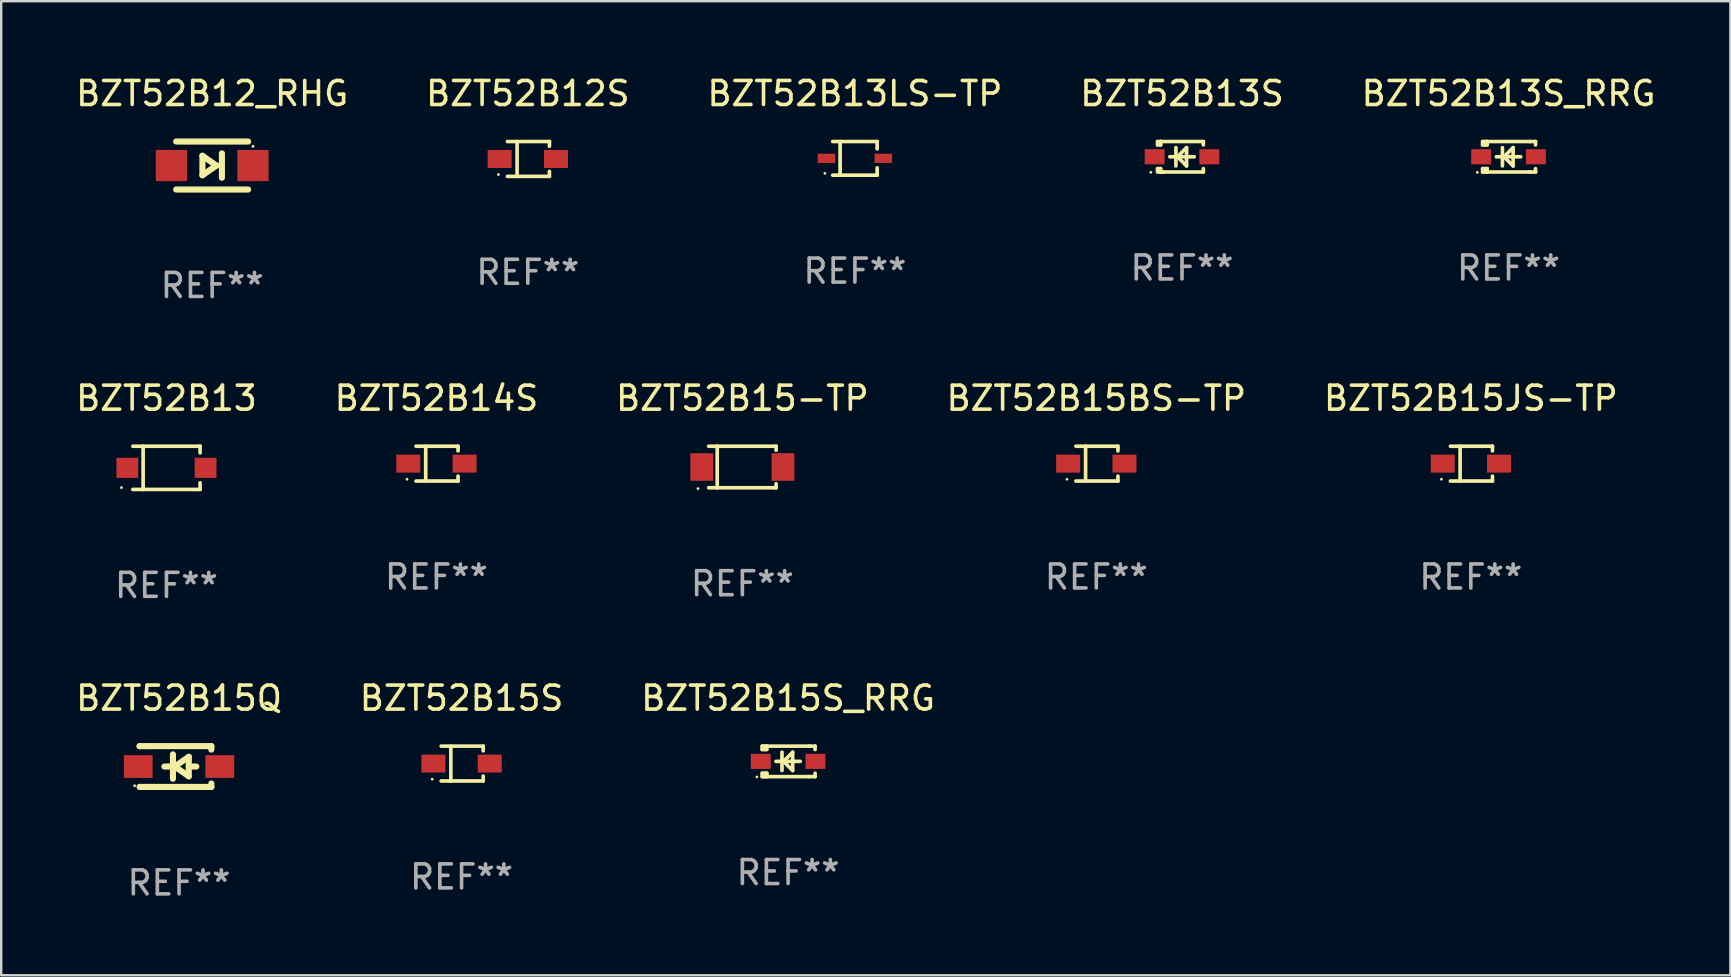
<source format=kicad_pcb>
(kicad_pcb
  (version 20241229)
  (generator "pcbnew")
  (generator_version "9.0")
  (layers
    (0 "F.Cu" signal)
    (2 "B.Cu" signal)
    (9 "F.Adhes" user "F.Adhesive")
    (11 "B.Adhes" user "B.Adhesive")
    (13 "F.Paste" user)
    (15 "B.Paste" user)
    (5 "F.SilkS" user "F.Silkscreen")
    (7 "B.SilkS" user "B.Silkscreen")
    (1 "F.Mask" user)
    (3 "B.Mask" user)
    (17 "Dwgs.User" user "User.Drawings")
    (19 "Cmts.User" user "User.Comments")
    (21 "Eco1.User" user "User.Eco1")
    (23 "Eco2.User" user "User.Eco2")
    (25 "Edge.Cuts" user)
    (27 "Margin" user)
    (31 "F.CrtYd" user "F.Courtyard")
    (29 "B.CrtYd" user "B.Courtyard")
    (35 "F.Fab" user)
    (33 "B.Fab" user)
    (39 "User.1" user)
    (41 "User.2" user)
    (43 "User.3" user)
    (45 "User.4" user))
  (footprint "BZT52B13S"
    (layer "F.Cu")
    (at 46.208 3.483)
    (property "Reference" "BZT52B13S" (at 0 -2.635 0) (layer "F.SilkS") (effects (font (size 1 1) (thickness 0.15))))
    (attr through_hole)
    (fp_line (start -1.02 -0.635) (end -1.02 -0.495) (stroke (width 0.152) (type solid)) (layer "F.SilkS"))
    (fp_line (start -1.02 -0.495) (end -0.889 -0.495) (stroke (width 0.152) (type solid)) (layer "F.SilkS"))
    (fp_line (start -1.02 0.495) (end -1.02 0.62) (stroke (width 0.152) (type solid)) (layer "F.SilkS"))
    (fp_line (start -1.02 0.495) (end -0.889 0.495) (stroke (width 0.152) (type solid)) (layer "F.SilkS"))
    (fp_line (start -0.889 -0.635) (end -1.02 -0.635) (stroke (width 0.152) (type solid)) (layer "F.SilkS"))
    (fp_line (start -0.889 -0.635) (end -0.889 -0.595) (stroke (width 0.152) (type solid)) (layer "F.SilkS"))
    (fp_line (start -0.889 -0.635) (end 0.889 -0.635) (stroke (width 0.152) (type solid)) (layer "F.SilkS"))
    (fp_line (start -0.889 -0.495) (end -0.889 -0.635) (stroke (width 0.152) (type solid)) (layer "F.SilkS"))
    (fp_line (start -0.889 0.595) (end -0.889 0.495) (stroke (width 0.152) (type solid)) (layer "F.SilkS"))
    (fp_line (start -0.889 0.595) (end -0.889 0.635) (stroke (width 0.152) (type solid)) (layer "F.SilkS"))
    (fp_line (start -0.889 0.635) (end 0.889 0.635) (stroke (width 0.152) (type solid)) (layer "F.SilkS"))
    (fp_line (start -0.776 0.635) (end -1.014 0.635) (stroke (width 0.152) (type solid)) (layer "F.SilkS"))
    (fp_line (start -0.254 -0.381) (end -0.254 0.381) (stroke (width 0.152) (type solid)) (layer "F.SilkS"))
    (fp_line (start -0.191 0) (end 0.19 -0.381) (stroke (width 0.152) (type solid)) (layer "F.SilkS"))
    (fp_line (start 0.19 -0.381) (end 0.19 0.381) (stroke (width 0.152) (type solid)) (layer "F.SilkS"))
    (fp_line (start 0.19 0.381) (end -0.191 0) (stroke (width 0.152) (type solid)) (layer "F.SilkS"))
    (fp_line (start 0.508 0) (end -0.508 0) (stroke (width 0.152) (type solid)) (layer "F.SilkS"))
    (fp_line (start 0.889 -0.635) (end 0.889 -0.495) (stroke (width 0.152) (type solid)) (layer "F.SilkS"))
    (fp_line (start 0.889 0.495) (end 0.889 0.635) (stroke (width 0.152) (type solid)) (layer "F.SilkS"))
    (fp_circle (center -1.3 0.65) (end -1.27 0.65) (stroke (width 0.06) (type solid)) (fill no) (layer "F.SilkS"))
    (fp_text user "REF**" (at 0 4.635 0) (layer "F.Fab") (effects (font (size 1 1) (thickness 0.15))))
    (pad "1" smd rect (at -1.14 0 90) (size 0.63 0.83) (layers "F.Cu" "F.Mask" "F.Paste"))
    (pad "2" smd rect (at 1.14 0 90) (size 0.63 0.83) (layers "F.Cu" "F.Mask" "F.Paste")))
  (footprint "BZT52B15JS-TP"
    (layer "F.Cu")
    (at 58.244 16.271)
    (property "Reference" "BZT52B15JS-TP" (at 0 -2.726 0) (layer "F.SilkS") (effects (font (size 1 1) (thickness 0.15))))
    (attr through_hole)
    (fp_line (start -0.851 -0.726) (end 0.901 -0.726) (stroke (width 0.152) (type solid)) (layer "F.SilkS"))
    (fp_line (start -0.851 0.726) (end 0.901 0.726) (stroke (width 0.152) (type solid)) (layer "F.SilkS"))
    (fp_line (start -0.447 -0.726) (end -0.447 0.726) (stroke (width 0.152) (type solid)) (layer "F.SilkS"))
    (fp_line (start 0.901 -0.726) (end 0.901 -0.53) (stroke (width 0.152) (type solid)) (layer "F.SilkS"))
    (fp_line (start 0.901 0.726) (end 0.901 0.52) (stroke (width 0.152) (type solid)) (layer "F.SilkS"))
    (fp_circle (center -1.225 0.65) (end -1.195 0.65) (stroke (width 0.06) (type solid)) (fill no) (layer "F.SilkS"))
    (fp_text user "REF**" (at 0 4.726 0) (layer "F.Fab") (effects (font (size 1 1) (thickness 0.15))))
    (pad "1" smd rect (at -1.173 0) (size 1 0.75) (layers "F.Cu" "F.Mask" "F.Paste"))
    (pad "2" smd rect (at 1.173 0) (size 1 0.75) (layers "F.Cu" "F.Mask" "F.Paste")))
  (footprint "BZT52B15S"
    (layer "F.Cu")
    (at 16.185 28.77)
    (property "Reference" "BZT52B15S" (at 0 -2.726 0) (layer "F.SilkS") (effects (font (size 1 1) (thickness 0.15))))
    (attr through_hole)
    (fp_line (start -0.851 -0.726) (end 0.901 -0.726) (stroke (width 0.152) (type solid)) (layer "F.SilkS"))
    (fp_line (start -0.851 0.726) (end 0.901 0.726) (stroke (width 0.152) (type solid)) (layer "F.SilkS"))
    (fp_line (start -0.447 -0.726) (end -0.447 0.726) (stroke (width 0.152) (type solid)) (layer "F.SilkS"))
    (fp_line (start 0.901 -0.726) (end 0.901 -0.53) (stroke (width 0.152) (type solid)) (layer "F.SilkS"))
    (fp_line (start 0.901 0.726) (end 0.901 0.52) (stroke (width 0.152) (type solid)) (layer "F.SilkS"))
    (fp_circle (center -1.225 0.65) (end -1.195 0.65) (stroke (width 0.06) (type solid)) (fill no) (layer "F.SilkS"))
    (fp_text user "REF**" (at 0 4.726 0) (layer "F.Fab") (effects (font (size 1 1) (thickness 0.15))))
    (pad "1" smd rect (at -1.173 0) (size 1 0.75) (layers "F.Cu" "F.Mask" "F.Paste"))
    (pad "2" smd rect (at 1.173 0) (size 1 0.75) (layers "F.Cu" "F.Mask" "F.Paste")))
  (footprint "BZT52B13S_RRG"
    (layer "F.Cu")
    (at 59.815 3.483)
    (property "Reference" "BZT52B13S_RRG" (at 0 -2.635 0) (layer "F.SilkS") (effects (font (size 1 1) (thickness 0.15))))
    (attr through_hole)
    (fp_line (start -1.08 -0.635) (end -1.08 -0.495) (stroke (width 0.152) (type solid)) (layer "F.SilkS"))
    (fp_line (start -1.08 0.495) (end -1.08 0.635) (stroke (width 0.152) (type solid)) (layer "F.SilkS"))
    (fp_line (start -1.08 0.495) (end -0.889 0.495) (stroke (width 0.152) (type solid)) (layer "F.SilkS"))
    (fp_line (start -1.08 0.635) (end -0.889 0.635) (stroke (width 0.152) (type solid)) (layer "F.SilkS"))
    (fp_line (start -1.003 0.635) (end -0.986 0.635) (stroke (width 0.152) (type solid)) (layer "F.SilkS"))
    (fp_line (start -0.986 -0.495) (end -0.986 -0.635) (stroke (width 0.152) (type solid)) (layer "F.SilkS"))
    (fp_line (start -0.986 0.635) (end -0.986 0.495) (stroke (width 0.152) (type solid)) (layer "F.SilkS"))
    (fp_line (start -0.889 -0.635) (end -1.08 -0.635) (stroke (width 0.152) (type solid)) (layer "F.SilkS"))
    (fp_line (start -0.889 -0.635) (end -0.889 -0.595) (stroke (width 0.152) (type solid)) (layer "F.SilkS"))
    (fp_line (start -0.889 -0.635) (end 0.889 -0.635) (stroke (width 0.152) (type solid)) (layer "F.SilkS"))
    (fp_line (start -0.889 -0.595) (end -0.889 -0.495) (stroke (width 0.152) (type solid)) (layer "F.SilkS"))
    (fp_line (start -0.889 -0.495) (end -1.08 -0.495) (stroke (width 0.152) (type solid)) (layer "F.SilkS"))
    (fp_line (start -0.889 0.495) (end -0.889 0.595) (stroke (width 0.152) (type solid)) (layer "F.SilkS"))
    (fp_line (start -0.889 0.495) (end -0.889 0.495) (stroke (width 0.152) (type solid)) (layer "F.SilkS"))
    (fp_line (start -0.889 0.595) (end -0.889 0.635) (stroke (width 0.152) (type solid)) (layer "F.SilkS"))
    (fp_line (start -0.889 0.635) (end 0.889 0.635) (stroke (width 0.152) (type solid)) (layer "F.SilkS"))
    (fp_line (start -0.254 -0.381) (end -0.254 0.381) (stroke (width 0.152) (type solid)) (layer "F.SilkS"))
    (fp_line (start -0.191 0) (end -0.191 0) (stroke (width 0.152) (type solid)) (layer "F.SilkS"))
    (fp_line (start -0.191 0) (end 0.191 -0.381) (stroke (width 0.152) (type solid)) (layer "F.SilkS"))
    (fp_line (start 0.191 -0.381) (end 0.191 0.381) (stroke (width 0.152) (type solid)) (layer "F.SilkS"))
    (fp_line (start 0.191 0.381) (end -0.191 0) (stroke (width 0.152) (type solid)) (layer "F.SilkS"))
    (fp_line (start 0.508 0) (end -0.508 0) (stroke (width 0.152) (type solid)) (layer "F.SilkS"))
    (fp_line (start 0.889 -0.635) (end 1.125 -0.635) (stroke (width 0.152) (type solid)) (layer "F.SilkS"))
    (fp_line (start 1.125 -0.635) (end 1.125 -0.495) (stroke (width 0.152) (type solid)) (layer "F.SilkS"))
    (fp_line (start 1.125 0.495) (end 1.125 0.635) (stroke (width 0.152) (type solid)) (layer "F.SilkS"))
    (fp_line (start 1.125 0.635) (end 0.889 0.635) (stroke (width 0.152) (type solid)) (layer "F.SilkS"))
    (fp_circle (center -1.3 0.65) (end -1.27 0.65) (stroke (width 0.06) (type solid)) (fill no) (layer "F.SilkS"))
    (fp_text user "REF**" (at 0 4.635 0) (layer "F.Fab") (effects (font (size 1 1) (thickness 0.15))))
    (pad "1" smd rect (at -1.14 0 90) (size 0.63 0.83) (layers "F.Cu" "F.Mask" "F.Paste"))
    (pad "2" smd rect (at 1.14 0 90) (size 0.63 0.83) (layers "F.Cu" "F.Mask" "F.Paste")))
  (footprint "BZT52B12S"
    (layer "F.Cu")
    (at 18.946 3.574)
    (property "Reference" "BZT52B12S" (at 0 -2.726 0) (layer "F.SilkS") (effects (font (size 1 1) (thickness 0.15))))
    (attr through_hole)
    (fp_line (start -0.851 -0.726) (end 0.901 -0.726) (stroke (width 0.152) (type solid)) (layer "F.SilkS"))
    (fp_line (start -0.851 0.726) (end 0.901 0.726) (stroke (width 0.152) (type solid)) (layer "F.SilkS"))
    (fp_line (start -0.447 -0.726) (end -0.447 0.726) (stroke (width 0.152) (type solid)) (layer "F.SilkS"))
    (fp_line (start 0.901 -0.726) (end 0.901 -0.53) (stroke (width 0.152) (type solid)) (layer "F.SilkS"))
    (fp_line (start 0.901 0.726) (end 0.901 0.52) (stroke (width 0.152) (type solid)) (layer "F.SilkS"))
    (fp_circle (center -1.225 0.65) (end -1.195 0.65) (stroke (width 0.06) (type solid)) (fill no) (layer "F.SilkS"))
    (fp_text user "REF**" (at 0 4.726 0) (layer "F.Fab") (effects (font (size 1 1) (thickness 0.15))))
    (pad "1" smd rect (at -1.173 0) (size 1 0.75) (layers "F.Cu" "F.Mask" "F.Paste"))
    (pad "2" smd rect (at 1.173 0) (size 1 0.75) (layers "F.Cu" "F.Mask" "F.Paste")))
  (footprint "BZT52B13LS-TP"
    (layer "F.Cu")
    (at 32.577 3.549)
    (property "Reference" "BZT52B13LS-TP" (at 0 -2.701 0) (layer "F.SilkS") (effects (font (size 1 1) (thickness 0.15))))
    (attr through_hole)
    (fp_line (start -0.926 -0.701) (end 0.926 -0.701) (stroke (width 0.152) (type solid)) (layer "F.SilkS"))
    (fp_line (start -0.926 0.701) (end 0.926 0.701) (stroke (width 0.152) (type solid)) (layer "F.SilkS"))
    (fp_line (start -0.617 -0.701) (end -0.617 0.701) (stroke (width 0.152) (type solid)) (layer "F.SilkS"))
    (fp_line (start 0.926 -0.701) (end 0.926 -0.396) (stroke (width 0.152) (type solid)) (layer "F.SilkS"))
    (fp_line (start 0.926 0.701) (end 0.926 0.396) (stroke (width 0.152) (type solid)) (layer "F.SilkS"))
    (fp_circle (center -1.25 0.625) (end -1.22 0.625) (stroke (width 0.06) (type solid)) (fill no) (layer "F.SilkS"))
    (fp_text user "REF**" (at 0 4.701 0) (layer "F.Fab") (effects (font (size 1 1) (thickness 0.15))))
    (pad "1" smd rect (at -1.185 0 180) (size 0.73 0.385) (layers "F.Cu" "F.Mask" "F.Paste"))
    (pad "2" smd rect (at 1.185 0 180) (size 0.73 0.385) (layers "F.Cu" "F.Mask" "F.Paste")))
  (footprint "BZT52B15S_RRG"
    (layer "F.Cu")
    (at 29.792 28.679)
    (property "Reference" "BZT52B15S_RRG" (at 0 -2.635 0) (layer "F.SilkS") (effects (font (size 1 1) (thickness 0.15))))
    (attr through_hole)
    (fp_line (start -1.08 -0.635) (end -1.08 -0.495) (stroke (width 0.152) (type solid)) (layer "F.SilkS"))
    (fp_line (start -1.08 0.495) (end -1.08 0.635) (stroke (width 0.152) (type solid)) (layer "F.SilkS"))
    (fp_line (start -1.08 0.495) (end -0.889 0.495) (stroke (width 0.152) (type solid)) (layer "F.SilkS"))
    (fp_line (start -1.08 0.635) (end -0.889 0.635) (stroke (width 0.152) (type solid)) (layer "F.SilkS"))
    (fp_line (start -1.003 0.635) (end -0.986 0.635) (stroke (width 0.152) (type solid)) (layer "F.SilkS"))
    (fp_line (start -0.986 -0.495) (end -0.986 -0.635) (stroke (width 0.152) (type solid)) (layer "F.SilkS"))
    (fp_line (start -0.986 0.635) (end -0.986 0.495) (stroke (width 0.152) (type solid)) (layer "F.SilkS"))
    (fp_line (start -0.889 -0.635) (end -1.08 -0.635) (stroke (width 0.152) (type solid)) (layer "F.SilkS"))
    (fp_line (start -0.889 -0.635) (end -0.889 -0.595) (stroke (width 0.152) (type solid)) (layer "F.SilkS"))
    (fp_line (start -0.889 -0.635) (end 0.889 -0.635) (stroke (width 0.152) (type solid)) (layer "F.SilkS"))
    (fp_line (start -0.889 -0.595) (end -0.889 -0.495) (stroke (width 0.152) (type solid)) (layer "F.SilkS"))
    (fp_line (start -0.889 -0.495) (end -1.08 -0.495) (stroke (width 0.152) (type solid)) (layer "F.SilkS"))
    (fp_line (start -0.889 0.495) (end -0.889 0.595) (stroke (width 0.152) (type solid)) (layer "F.SilkS"))
    (fp_line (start -0.889 0.495) (end -0.889 0.495) (stroke (width 0.152) (type solid)) (layer "F.SilkS"))
    (fp_line (start -0.889 0.595) (end -0.889 0.635) (stroke (width 0.152) (type solid)) (layer "F.SilkS"))
    (fp_line (start -0.889 0.635) (end 0.889 0.635) (stroke (width 0.152) (type solid)) (layer "F.SilkS"))
    (fp_line (start -0.254 -0.381) (end -0.254 0.381) (stroke (width 0.152) (type solid)) (layer "F.SilkS"))
    (fp_line (start -0.191 0) (end -0.191 0) (stroke (width 0.152) (type solid)) (layer "F.SilkS"))
    (fp_line (start -0.191 0) (end 0.191 -0.381) (stroke (width 0.152) (type solid)) (layer "F.SilkS"))
    (fp_line (start 0.191 -0.381) (end 0.191 0.381) (stroke (width 0.152) (type solid)) (layer "F.SilkS"))
    (fp_line (start 0.191 0.381) (end -0.191 0) (stroke (width 0.152) (type solid)) (layer "F.SilkS"))
    (fp_line (start 0.508 0) (end -0.508 0) (stroke (width 0.152) (type solid)) (layer "F.SilkS"))
    (fp_line (start 0.889 -0.635) (end 1.125 -0.635) (stroke (width 0.152) (type solid)) (layer "F.SilkS"))
    (fp_line (start 1.125 -0.635) (end 1.125 -0.495) (stroke (width 0.152) (type solid)) (layer "F.SilkS"))
    (fp_line (start 1.125 0.495) (end 1.125 0.635) (stroke (width 0.152) (type solid)) (layer "F.SilkS"))
    (fp_line (start 1.125 0.635) (end 0.889 0.635) (stroke (width 0.152) (type solid)) (layer "F.SilkS"))
    (fp_circle (center -1.3 0.65) (end -1.27 0.65) (stroke (width 0.06) (type solid)) (fill no) (layer "F.SilkS"))
    (fp_text user "REF**" (at 0 4.635 0) (layer "F.Fab") (effects (font (size 1 1) (thickness 0.15))))
    (pad "1" smd rect (at -1.14 0 90) (size 0.63 0.83) (layers "F.Cu" "F.Mask" "F.Paste"))
    (pad "2" smd rect (at 1.14 0 90) (size 0.63 0.83) (layers "F.Cu" "F.Mask" "F.Paste")))
  (footprint "BZT52B15-TP"
    (layer "F.Cu")
    (at 27.887 16.411)
    (property "Reference" "BZT52B15-TP" (at 0 -2.866 0) (layer "F.SilkS") (effects (font (size 1 1) (thickness 0.15))))
    (attr through_hole)
    (fp_line (start -1.406 -0.866) (end 1.406 -0.866) (stroke (width 0.152) (type solid)) (layer "F.SilkS"))
    (fp_line (start -1.406 0.866) (end 1.406 0.866) (stroke (width 0.152) (type solid)) (layer "F.SilkS"))
    (fp_line (start -1.049 -0.866) (end -1.049 0.866) (stroke (width 0.152) (type solid)) (layer "F.SilkS"))
    (fp_line (start 1.406 -0.866) (end 1.406 -0.698) (stroke (width 0.152) (type solid)) (layer "F.SilkS"))
    (fp_line (start 1.406 0.866) (end 1.406 0.698) (stroke (width 0.152) (type solid)) (layer "F.SilkS"))
    (fp_circle (center -1.851 0.9) (end -1.821 0.9) (stroke (width 0.06) (type solid)) (fill no) (layer "F.SilkS"))
    (fp_text user "REF**" (at 0 4.866 0) (layer "F.Fab") (effects (font (size 1 1) (thickness 0.15))))
    (pad "1" smd rect (at -1.692 0) (size 0.95 1.15) (layers "F.Cu" "F.Mask" "F.Paste"))
    (pad "2" smd rect (at 1.692 0) (size 0.95 1.15) (layers "F.Cu" "F.Mask" "F.Paste")))
  (footprint "BZT52B15Q"
    (layer "F.Cu")
    (at 4.411 28.894)
    (property "Reference" "BZT52B15Q" (at 0 -2.85 0) (layer "F.SilkS") (effects (font (size 1 1) (thickness 0.15))))
    (attr through_hole)
    (fp_line (start -1.643 -0.85) (end -1.644 -0.849) (stroke (width 0.254) (type solid)) (layer "F.SilkS"))
    (fp_line (start -1.638 0.85) (end -1.639 0.849) (stroke (width 0.254) (type solid)) (layer "F.SilkS"))
    (fp_line (start -1.346 -0.85) (end -1.643 -0.85) (stroke (width 0.254) (type solid)) (layer "F.SilkS"))
    (fp_line (start -1.346 -0.85) (end 1.346 -0.85) (stroke (width 0.254) (type solid)) (layer "F.SilkS"))
    (fp_line (start -1.346 0.85) (end -1.638 0.85) (stroke (width 0.254) (type solid)) (layer "F.SilkS"))
    (fp_line (start -0.28 0) (end -0.61 0) (stroke (width 0.254) (type solid)) (layer "F.SilkS"))
    (fp_line (start -0.254 -0.508) (end -0.254 0.508) (stroke (width 0.254) (type solid)) (layer "F.SilkS"))
    (fp_line (start -0.178 0) (end 0.406 -0.406) (stroke (width 0.254) (type solid)) (layer "F.SilkS"))
    (fp_line (start 0.406 -0.406) (end 0.406 0.406) (stroke (width 0.254) (type solid)) (layer "F.SilkS"))
    (fp_line (start 0.406 -0.000254) (end 0.72 -0.000254) (stroke (width 0.254) (type solid)) (layer "F.SilkS"))
    (fp_line (start 0.406 0.406) (end -0.178 0) (stroke (width 0.254) (type solid)) (layer "F.SilkS"))
    (fp_line (start 1.346 -0.85) (end 1.346 -0.706) (stroke (width 0.254) (type solid)) (layer "F.SilkS"))
    (fp_line (start 1.346 0.706) (end 1.346 0.85) (stroke (width 0.254) (type solid)) (layer "F.SilkS"))
    (fp_line (start 1.346 0.85) (end -1.346 0.85) (stroke (width 0.254) (type solid)) (layer "F.SilkS"))
    (fp_circle (center -1.85 0.8) (end -1.82 0.8) (stroke (width 0.06) (type solid)) (fill no) (layer "F.SilkS"))
    (fp_text user "REF**" (at 0 4.85 0) (layer "F.Fab") (effects (font (size 1 1) (thickness 0.15))))
    (pad "1" smd rect (at -1.7 0) (size 1.2 0.95) (layers "F.Cu" "F.Mask" "F.Paste"))
    (pad "2" smd rect (at 1.7 0) (size 1.2 0.95) (layers "F.Cu" "F.Mask" "F.Paste")))
  (footprint "BZT52B14S"
    (layer "F.Cu")
    (at 15.137 16.271)
    (property "Reference" "BZT52B14S" (at 0 -2.726 0) (layer "F.SilkS") (effects (font (size 1 1) (thickness 0.15))))
    (attr through_hole)
    (fp_line (start -0.851 -0.726) (end 0.901 -0.726) (stroke (width 0.152) (type solid)) (layer "F.SilkS"))
    (fp_line (start -0.851 0.726) (end 0.901 0.726) (stroke (width 0.152) (type solid)) (layer "F.SilkS"))
    (fp_line (start -0.447 -0.726) (end -0.447 0.726) (stroke (width 0.152) (type solid)) (layer "F.SilkS"))
    (fp_line (start 0.901 -0.726) (end 0.901 -0.53) (stroke (width 0.152) (type solid)) (layer "F.SilkS"))
    (fp_line (start 0.901 0.726) (end 0.901 0.52) (stroke (width 0.152) (type solid)) (layer "F.SilkS"))
    (fp_circle (center -1.225 0.65) (end -1.195 0.65) (stroke (width 0.06) (type solid)) (fill no) (layer "F.SilkS"))
    (fp_text user "REF**" (at 0 4.726 0) (layer "F.Fab") (effects (font (size 1 1) (thickness 0.15))))
    (pad "1" smd rect (at -1.173 0) (size 1 0.75) (layers "F.Cu" "F.Mask" "F.Paste"))
    (pad "2" smd rect (at 1.173 0) (size 1 0.75) (layers "F.Cu" "F.Mask" "F.Paste")))
  (footprint "BZT52B15BS-TP"
    (layer "F.Cu")
    (at 42.637 16.271)
    (property "Reference" "BZT52B15BS-TP" (at 0 -2.726 0) (layer "F.SilkS") (effects (font (size 1 1) (thickness 0.15))))
    (attr through_hole)
    (fp_line (start -0.851 -0.726) (end 0.901 -0.726) (stroke (width 0.152) (type solid)) (layer "F.SilkS"))
    (fp_line (start -0.851 0.726) (end 0.901 0.726) (stroke (width 0.152) (type solid)) (layer "F.SilkS"))
    (fp_line (start -0.447 -0.726) (end -0.447 0.726) (stroke (width 0.152) (type solid)) (layer "F.SilkS"))
    (fp_line (start 0.901 -0.726) (end 0.901 -0.53) (stroke (width 0.152) (type solid)) (layer "F.SilkS"))
    (fp_line (start 0.901 0.726) (end 0.901 0.52) (stroke (width 0.152) (type solid)) (layer "F.SilkS"))
    (fp_circle (center -1.225 0.65) (end -1.195 0.65) (stroke (width 0.06) (type solid)) (fill no) (layer "F.SilkS"))
    (fp_text user "REF**" (at 0 4.726 0) (layer "F.Fab") (effects (font (size 1 1) (thickness 0.15))))
    (pad "1" smd rect (at -1.173 0) (size 1 0.75) (layers "F.Cu" "F.Mask" "F.Paste"))
    (pad "2" smd rect (at 1.173 0) (size 1 0.75) (layers "F.Cu" "F.Mask" "F.Paste")))
  (footprint "BZT52B13"
    (layer "F.Cu")
    (at 3.887 16.446)
    (property "Reference" "BZT52B13" (at 0 -2.901 0) (layer "F.SilkS") (effects (font (size 1 1) (thickness 0.15))))
    (attr through_hole)
    (fp_line (start -1.401 -0.901) (end 1.401 -0.901) (stroke (width 0.152) (type solid)) (layer "F.SilkS"))
    (fp_line (start -1.401 0.901) (end 1.401 0.901) (stroke (width 0.152) (type solid)) (layer "F.SilkS"))
    (fp_line (start -0.972 -0.901) (end -0.972 0.901) (stroke (width 0.152) (type solid)) (layer "F.SilkS"))
    (fp_line (start 1.401 -0.901) (end 1.401 -0.623) (stroke (width 0.152) (type solid)) (layer "F.SilkS"))
    (fp_line (start 1.401 0.901) (end 1.401 0.623) (stroke (width 0.152) (type solid)) (layer "F.SilkS"))
    (fp_circle (center -1.875 0.825) (end -1.845 0.825) (stroke (width 0.06) (type solid)) (fill no) (layer "F.SilkS"))
    (fp_text user "REF**" (at 0 4.901 0) (layer "F.Fab") (effects (font (size 1 1) (thickness 0.15))))
    (pad "1" smd rect (at -1.63 0 180) (size 0.91 0.84) (layers "F.Cu" "F.Mask" "F.Paste"))
    (pad "2" smd rect (at 1.63 0 180) (size 0.91 0.84) (layers "F.Cu" "F.Mask" "F.Paste")))
  (footprint "BZT52B12_RHG"
    (layer "F.Cu")
    (at 5.792 3.848)
    (property "Reference" "BZT52B12_RHG" (at 0 -3 0) (layer "F.SilkS") (effects (font (size 1 1) (thickness 0.15))))
    (attr through_hole)
    (fp_line (start -1.5 -1) (end 1.5 -1) (stroke (width 0.254) (type solid)) (layer "F.SilkS"))
    (fp_line (start -0.406 -0.406) (end 0.178 0) (stroke (width 0.254) (type solid)) (layer "F.SilkS"))
    (fp_line (start -0.406 0.406) (end -0.406 -0.406) (stroke (width 0.254) (type solid)) (layer "F.SilkS"))
    (fp_line (start 0.178 0) (end -0.406 0.406) (stroke (width 0.254) (type solid)) (layer "F.SilkS"))
    (fp_line (start 0.406 0.508) (end 0.406 -0.508) (stroke (width 0.254) (type solid)) (layer "F.SilkS"))
    (fp_line (start 1.5 1) (end -1.5 1) (stroke (width 0.254) (type solid)) (layer "F.SilkS"))
    (fp_circle (center 1.7 -0.8) (end 1.73 -0.8) (stroke (width 0.06) (type solid)) (fill no) (layer "F.SilkS"))
    (fp_text user "REF**" (at 0 5 0) (layer "F.Fab") (effects (font (size 1 1) (thickness 0.15))))
    (pad "1" smd rect (at 1.7 0 180) (size 1.3 1.3) (layers "F.Cu" "F.Mask" "F.Paste"))
    (pad "2" smd rect (at -1.7 0 180) (size 1.3 1.3) (layers "F.Cu" "F.Mask" "F.Paste")))
  (gr_rect
    (start -3 -3)
    (end 69.06 37.592)
    (stroke (width 0.1) (type default))
    (fill no)
    (layer "Edge.Cuts")))
</source>
